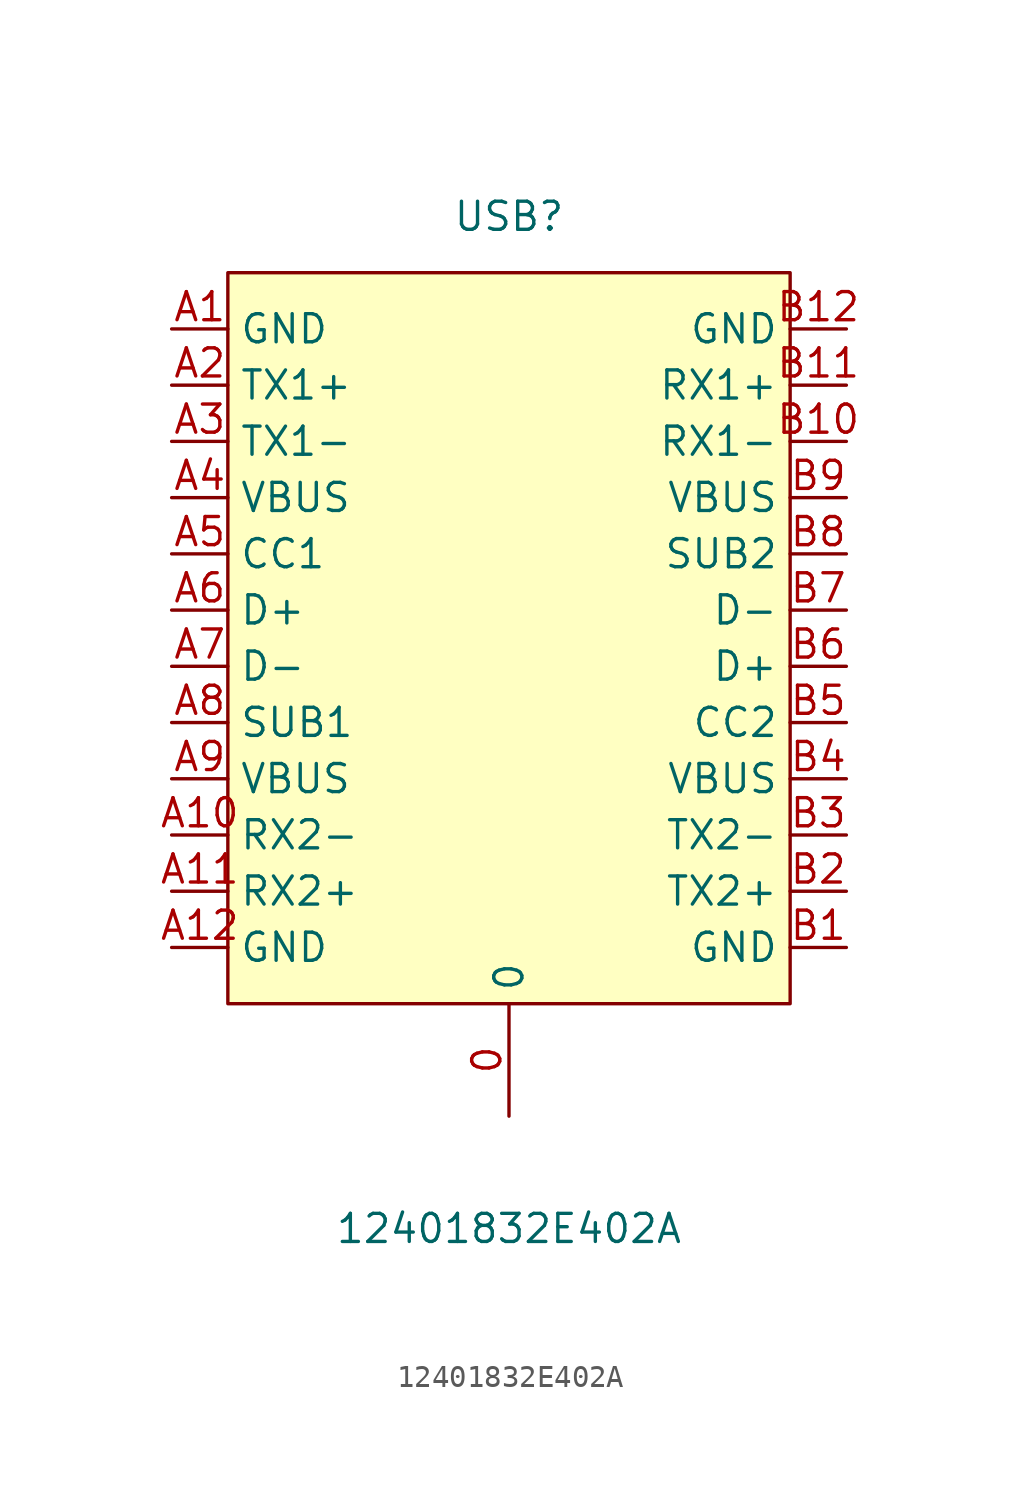
<source format=kicad_sym>
(kicad_symbol_lib
  (version 20211014)
  (generator https://github.com/uPesy/easyeda2kicad.py)
  (symbol "12401832E402A"
    (property "Reference" "USB"
      (at 0 22.86 0)
      (effects (font (size 1.27 1.27))))
    (property "Value" "12401832E402A"
      (at 0 -22.86 0)
      (effects (font (size 1.27 1.27))))
    (symbol "12401832E402A_0_1"
      (rectangle (start -12.70 20.32) (end 12.70 -12.70) (stroke (width 0) (type default) (color 0 0 0 0)) (fill (type background)))
      (pin unspecified line (at -15.24 -10.16 0) (length 2.54) (name "GND" (effects (font (size 1.27 1.27)))) (number "A12" (effects (font (size 1.27 1.27)))))
      (pin unspecified line (at -15.24 -7.62 0) (length 2.54) (name "RX2+" (effects (font (size 1.27 1.27)))) (number "A11" (effects (font (size 1.27 1.27)))))
      (pin unspecified line (at -15.24 -5.08 0) (length 2.54) (name "RX2-" (effects (font (size 1.27 1.27)))) (number "A10" (effects (font (size 1.27 1.27)))))
      (pin unspecified line (at -15.24 -2.54 0) (length 2.54) (name "VBUS" (effects (font (size 1.27 1.27)))) (number "A9" (effects (font (size 1.27 1.27)))))
      (pin unspecified line (at -15.24 -0.00 0) (length 2.54) (name "SUB1" (effects (font (size 1.27 1.27)))) (number "A8" (effects (font (size 1.27 1.27)))))
      (pin unspecified line (at -15.24 2.54 0) (length 2.54) (name "D-" (effects (font (size 1.27 1.27)))) (number "A7" (effects (font (size 1.27 1.27)))))
      (pin unspecified line (at -15.24 5.08 0) (length 2.54) (name "D+" (effects (font (size 1.27 1.27)))) (number "A6" (effects (font (size 1.27 1.27)))))
      (pin unspecified line (at -15.24 7.62 0) (length 2.54) (name "CC1" (effects (font (size 1.27 1.27)))) (number "A5" (effects (font (size 1.27 1.27)))))
      (pin unspecified line (at -15.24 10.16 0) (length 2.54) (name "VBUS" (effects (font (size 1.27 1.27)))) (number "A4" (effects (font (size 1.27 1.27)))))
      (pin unspecified line (at -15.24 12.70 0) (length 2.54) (name "TX1-" (effects (font (size 1.27 1.27)))) (number "A3" (effects (font (size 1.27 1.27)))))
      (pin unspecified line (at -15.24 15.24 0) (length 2.54) (name "TX1+" (effects (font (size 1.27 1.27)))) (number "A2" (effects (font (size 1.27 1.27)))))
      (pin unspecified line (at -15.24 17.78 0) (length 2.54) (name "GND" (effects (font (size 1.27 1.27)))) (number "A1" (effects (font (size 1.27 1.27)))))
      (pin unspecified line (at 0.00 -17.78 90) (length 5.08) (name "0" (effects (font (size 1.27 1.27)))) (number "0" (effects (font (size 1.27 1.27)))))
      (pin unspecified line (at 15.24 17.78 180) (length 2.54) (name "GND" (effects (font (size 1.27 1.27)))) (number "B12" (effects (font (size 1.27 1.27)))))
      (pin unspecified line (at 15.24 15.24 180) (length 2.54) (name "RX1+" (effects (font (size 1.27 1.27)))) (number "B11" (effects (font (size 1.27 1.27)))))
      (pin unspecified line (at 15.24 12.70 180) (length 2.54) (name "RX1-" (effects (font (size 1.27 1.27)))) (number "B10" (effects (font (size 1.27 1.27)))))
      (pin unspecified line (at 15.24 10.16 180) (length 2.54) (name "VBUS" (effects (font (size 1.27 1.27)))) (number "B9" (effects (font (size 1.27 1.27)))))
      (pin unspecified line (at 15.24 7.62 180) (length 2.54) (name "SUB2" (effects (font (size 1.27 1.27)))) (number "B8" (effects (font (size 1.27 1.27)))))
      (pin unspecified line (at 15.24 5.08 180) (length 2.54) (name "D-" (effects (font (size 1.27 1.27)))) (number "B7" (effects (font (size 1.27 1.27)))))
      (pin unspecified line (at 15.24 2.54 180) (length 2.54) (name "D+" (effects (font (size 1.27 1.27)))) (number "B6" (effects (font (size 1.27 1.27)))))
      (pin unspecified line (at 15.24 -0.00 180) (length 2.54) (name "CC2" (effects (font (size 1.27 1.27)))) (number "B5" (effects (font (size 1.27 1.27)))))
      (pin unspecified line (at 15.24 -2.54 180) (length 2.54) (name "VBUS" (effects (font (size 1.27 1.27)))) (number "B4" (effects (font (size 1.27 1.27)))))
      (pin unspecified line (at 15.24 -5.08 180) (length 2.54) (name "TX2-" (effects (font (size 1.27 1.27)))) (number "B3" (effects (font (size 1.27 1.27)))))
      (pin unspecified line (at 15.24 -7.62 180) (length 2.54) (name "TX2+" (effects (font (size 1.27 1.27)))) (number "B2" (effects (font (size 1.27 1.27)))))
      (pin unspecified line (at 15.24 -10.16 180) (length 2.54) (name "GND" (effects (font (size 1.27 1.27)))) (number "B1" (effects (font (size 1.27 1.27))))))))
</source>
